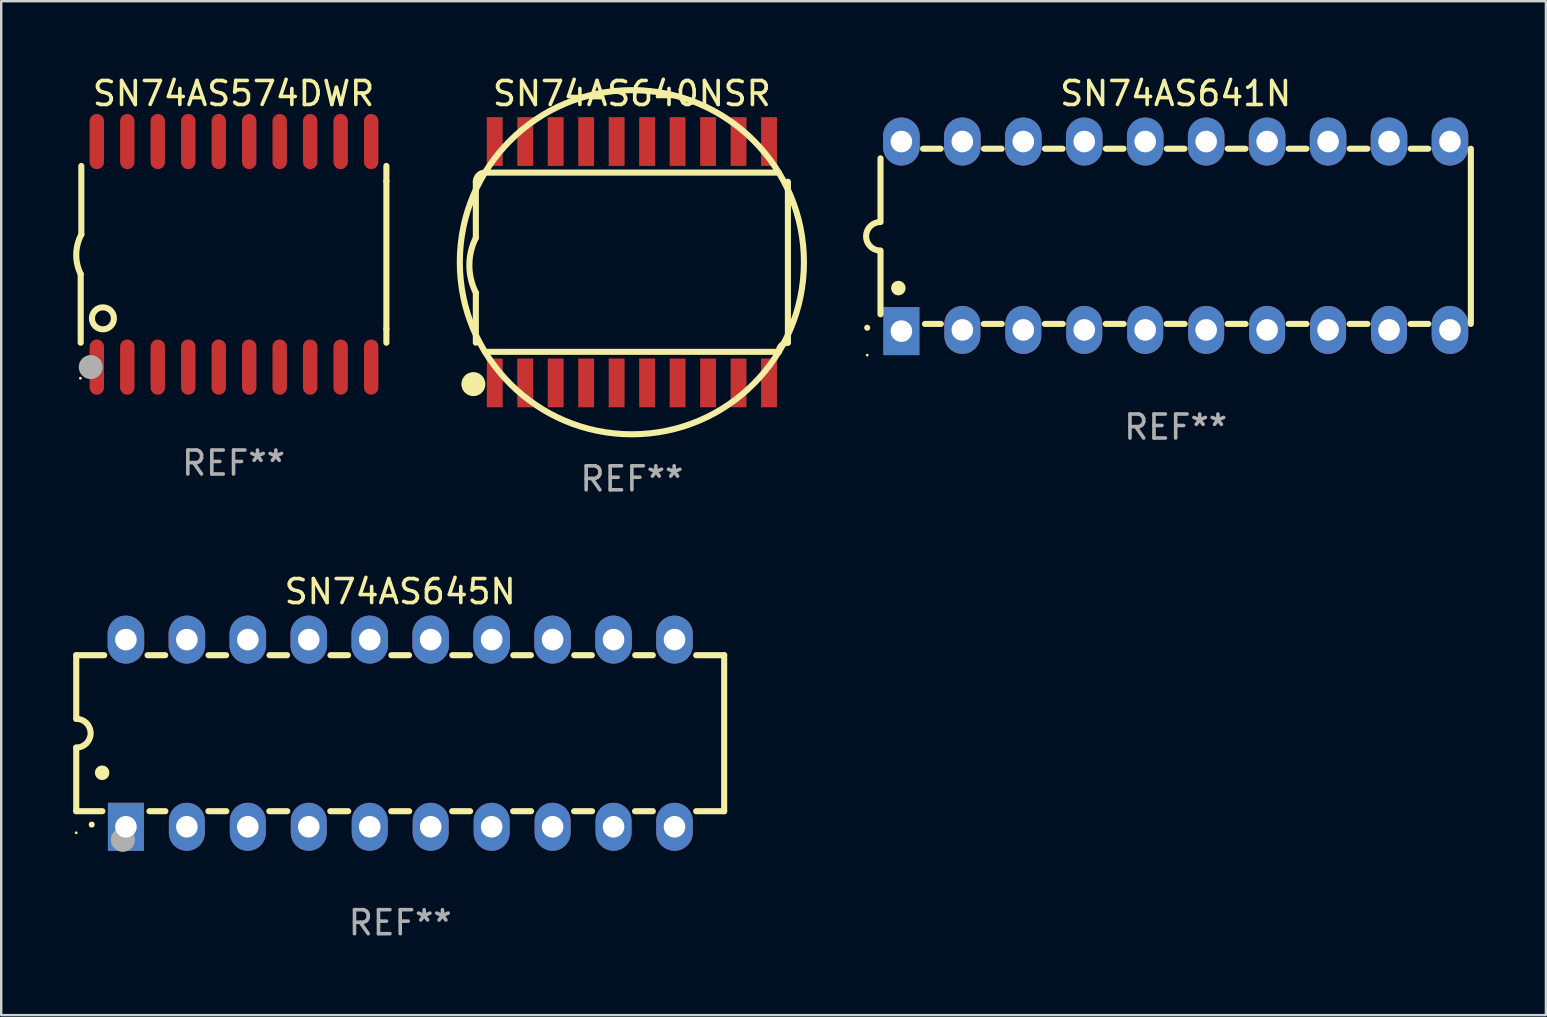
<source format=kicad_pcb>
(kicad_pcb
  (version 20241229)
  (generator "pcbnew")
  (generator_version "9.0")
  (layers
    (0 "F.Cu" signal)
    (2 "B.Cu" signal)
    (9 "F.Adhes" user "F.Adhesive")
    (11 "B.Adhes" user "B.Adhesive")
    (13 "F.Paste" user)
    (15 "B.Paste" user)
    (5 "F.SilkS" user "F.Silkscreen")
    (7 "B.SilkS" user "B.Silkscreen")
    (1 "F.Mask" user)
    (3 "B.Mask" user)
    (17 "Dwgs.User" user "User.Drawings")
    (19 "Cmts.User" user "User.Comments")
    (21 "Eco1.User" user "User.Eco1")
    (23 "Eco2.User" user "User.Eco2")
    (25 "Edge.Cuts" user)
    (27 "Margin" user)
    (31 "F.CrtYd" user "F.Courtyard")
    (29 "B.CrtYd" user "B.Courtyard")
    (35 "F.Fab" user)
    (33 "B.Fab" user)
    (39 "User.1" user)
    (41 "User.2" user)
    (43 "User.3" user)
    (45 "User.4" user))
  (footprint "SN74AS640NSR"
    (layer "F.Cu")
    (at 23.281 7.877)
    (property "Reference" "SN74AS640NSR" (at 0 -7.029 0) (layer "F.SilkS") (effects (font (size 1 1) (thickness 0.15))))
    (attr through_hole)
    (fp_line (start -6.502 -3.353) (end -6.502 -1.016) (stroke (width 0.254) (type solid)) (layer "F.SilkS"))
    (fp_line (start -6.502 3.353) (end -6.502 1.27) (stroke (width 0.254) (type solid)) (layer "F.SilkS"))
    (fp_line (start -6.121 3.734) (end 6.121 3.734) (stroke (width 0.254) (type solid)) (layer "F.SilkS"))
    (fp_line (start 6.121 -3.734) (end -6.121 -3.734) (stroke (width 0.254) (type solid)) (layer "F.SilkS"))
    (fp_line (start 6.502 3.353) (end 6.502 -3.353) (stroke (width 0.254) (type solid)) (layer "F.SilkS"))
    (fp_arc (start -6.502413 -3.352781) (mid -6.390821 -3.622189) (end -6.121413 -3.733782) (stroke (width 0.254001) (type solid)) (layer "F.SilkS"))
    (fp_arc (start -6.502413 1.270003) (mid -6.77224 0.127) (end -6.502413 -1.016002) (stroke (width 0.254001) (type solid)) (layer "F.SilkS"))
    (fp_arc (start 6.121387 -3.733782) (mid -6.121409 3.733804) (end 6.121387 -3.733782) (stroke (width 0.254001) (type solid)) (layer "F.SilkS"))
    (fp_arc (start 6.121387 3.733807) (mid 6.23298 3.464399) (end 6.502388 3.352807) (stroke (width 0.254001) (type solid)) (layer "F.SilkS"))
    (fp_circle (center -6.604 5.08) (end -6.354 5.08) (stroke (width 0.5) (type solid)) (fill no) (layer "F.SilkS"))
    (fp_circle (center -6.4 5.15) (end -6.3 5.15) (stroke (width 0.2) (type solid)) (fill no) (layer "F.SilkS"))
    (fp_text user "REF**" (at 0 9.029 0) (layer "F.Fab") (effects (font (size 1 1) (thickness 0.15))))
    (pad "1" smd rect (at -5.715 5.029) (size 0.66 2.032) (layers "F.Cu" "F.Mask" "F.Paste"))
    (pad "2" smd rect (at -4.445 5.029) (size 0.66 2.032) (layers "F.Cu" "F.Mask" "F.Paste"))
    (pad "3" smd rect (at -3.175 5.029) (size 0.66 2.032) (layers "F.Cu" "F.Mask" "F.Paste"))
    (pad "4" smd rect (at -1.905 5.029) (size 0.66 2.032) (layers "F.Cu" "F.Mask" "F.Paste"))
    (pad "5" smd rect (at -0.635 5.029) (size 0.66 2.032) (layers "F.Cu" "F.Mask" "F.Paste"))
    (pad "6" smd rect (at 0.635 5.029) (size 0.66 2.032) (layers "F.Cu" "F.Mask" "F.Paste"))
    (pad "7" smd rect (at 1.905 5.029) (size 0.66 2.032) (layers "F.Cu" "F.Mask" "F.Paste"))
    (pad "8" smd rect (at 3.175 5.029) (size 0.66 2.032) (layers "F.Cu" "F.Mask" "F.Paste"))
    (pad "9" smd rect (at 4.445 5.029) (size 0.66 2.032) (layers "F.Cu" "F.Mask" "F.Paste"))
    (pad "10" smd rect (at 5.715 5.029) (size 0.66 2.032) (layers "F.Cu" "F.Mask" "F.Paste"))
    (pad "11" smd rect (at 5.715 -5.029) (size 0.66 2.032) (layers "F.Cu" "F.Mask" "F.Paste"))
    (pad "12" smd rect (at 4.445 -5.029) (size 0.66 2.032) (layers "F.Cu" "F.Mask" "F.Paste"))
    (pad "13" smd rect (at 3.175 -5.029) (size 0.66 2.032) (layers "F.Cu" "F.Mask" "F.Paste"))
    (pad "14" smd rect (at 1.905 -5.029) (size 0.66 2.032) (layers "F.Cu" "F.Mask" "F.Paste"))
    (pad "15" smd rect (at 0.635 -5.029) (size 0.66 2.032) (layers "F.Cu" "F.Mask" "F.Paste"))
    (pad "16" smd rect (at -0.635 -5.029) (size 0.66 2.032) (layers "F.Cu" "F.Mask" "F.Paste"))
    (pad "17" smd rect (at -1.905 -5.029) (size 0.66 2.032) (layers "F.Cu" "F.Mask" "F.Paste"))
    (pad "18" smd rect (at -3.175 -5.029) (size 0.66 2.032) (layers "F.Cu" "F.Mask" "F.Paste"))
    (pad "19" smd rect (at -4.445 -5.029) (size 0.66 2.032) (layers "F.Cu" "F.Mask" "F.Paste"))
    (pad "20" smd rect (at -5.715 -5.029) (size 0.66 2.032) (layers "F.Cu" "F.Mask" "F.Paste")))
  (footprint "SN74AS641N"
    (layer "F.Cu")
    (at 45.942 6.798)
    (property "Reference" "SN74AS641N" (at 0 -5.95 0) (layer "F.SilkS") (effects (font (size 1 1) (thickness 0.15))))
    (attr through_hole)
    (fp_line (start -12.3 -0.6) (end -12.3 -3.25) (stroke (width 0.254) (type solid)) (layer "F.SilkS"))
    (fp_line (start -12.3 3.25) (end -12.3 0.6) (stroke (width 0.254) (type solid)) (layer "F.SilkS"))
    (fp_line (start -10.527 -3.65) (end -9.793 -3.65) (stroke (width 0.254) (type solid)) (layer "F.SilkS"))
    (fp_line (start -10.449 3.65) (end -9.786 3.65) (stroke (width 0.254) (type solid)) (layer "F.SilkS"))
    (fp_line (start -7.994 3.65) (end -7.246 3.65) (stroke (width 0.254) (type solid)) (layer "F.SilkS"))
    (fp_line (start -7.987 -3.65) (end -7.253 -3.65) (stroke (width 0.254) (type solid)) (layer "F.SilkS"))
    (fp_line (start -5.454 3.65) (end -4.706 3.65) (stroke (width 0.254) (type solid)) (layer "F.SilkS"))
    (fp_line (start -5.447 -3.65) (end -4.713 -3.65) (stroke (width 0.254) (type solid)) (layer "F.SilkS"))
    (fp_line (start -2.914 3.65) (end -2.166 3.65) (stroke (width 0.254) (type solid)) (layer "F.SilkS"))
    (fp_line (start -2.907 -3.65) (end -2.173 -3.65) (stroke (width 0.254) (type solid)) (layer "F.SilkS"))
    (fp_line (start -0.374 3.65) (end 0.374 3.65) (stroke (width 0.254) (type solid)) (layer "F.SilkS"))
    (fp_line (start -0.367 -3.65) (end 0.367 -3.65) (stroke (width 0.254) (type solid)) (layer "F.SilkS"))
    (fp_line (start 2.166 3.65) (end 2.914 3.65) (stroke (width 0.254) (type solid)) (layer "F.SilkS"))
    (fp_line (start 2.173 -3.65) (end 2.907 -3.65) (stroke (width 0.254) (type solid)) (layer "F.SilkS"))
    (fp_line (start 4.706 3.65) (end 5.454 3.65) (stroke (width 0.254) (type solid)) (layer "F.SilkS"))
    (fp_line (start 4.713 -3.65) (end 5.447 -3.65) (stroke (width 0.254) (type solid)) (layer "F.SilkS"))
    (fp_line (start 7.246 3.65) (end 7.994 3.65) (stroke (width 0.254) (type solid)) (layer "F.SilkS"))
    (fp_line (start 7.253 -3.65) (end 7.987 -3.65) (stroke (width 0.254) (type solid)) (layer "F.SilkS"))
    (fp_line (start 9.786 3.65) (end 10.527 3.65) (stroke (width 0.254) (type solid)) (layer "F.SilkS"))
    (fp_line (start 9.793 -3.65) (end 10.527 -3.65) (stroke (width 0.254) (type solid)) (layer "F.SilkS"))
    (fp_line (start 12.3 -3.65) (end 12.3 3.65) (stroke (width 0.254) (type solid)) (layer "F.SilkS"))
    (fp_arc (start -12.854966 3.809881) (mid -12.854973 3.808611) (end -12.854966 3.807341) (stroke (width 0.25) (type solid)) (layer "F.SilkS"))
    (fp_arc (start -12.313894 0.594742) (mid -12.903982 -0.000152) (end -12.313894 -0.595046) (stroke (width 0.254001) (type solid)) (layer "F.SilkS"))
    (fp_arc (start -11.557023 2.158877) (mid -11.557034 2.156337) (end -11.557023 2.153797) (stroke (width 0.6) (type solid)) (layer "F.SilkS"))
    (fp_circle (center -12.855 4.95) (end -12.825 4.95) (stroke (width 0.06) (type solid)) (fill no) (layer "F.SilkS"))
    (fp_text user "REF**" (at 0 7.95 0) (layer "F.Fab") (effects (font (size 1 1) (thickness 0.15))))
    (pad "1" thru_hole rect (at -11.43 3.95 90) (size 2 1.5) (drill 0.9) (layers "*.Cu" "*.Mask"))
    (pad "2" thru_hole oval (at -8.89 3.9 90) (size 2 1.5) (drill 0.9) (layers "*.Cu" "*.Mask"))
    (pad "3" thru_hole oval (at -6.35 3.9 90) (size 2 1.5) (drill 0.9) (layers "*.Cu" "*.Mask"))
    (pad "4" thru_hole oval (at -3.81 3.9 90) (size 2 1.5) (drill 0.9) (layers "*.Cu" "*.Mask"))
    (pad "5" thru_hole oval (at -1.27 3.9 90) (size 2 1.5) (drill 0.9) (layers "*.Cu" "*.Mask"))
    (pad "6" thru_hole oval (at 1.27 3.9 90) (size 2 1.5) (drill 0.9) (layers "*.Cu" "*.Mask"))
    (pad "7" thru_hole oval (at 3.81 3.9 90) (size 2 1.5) (drill 0.9) (layers "*.Cu" "*.Mask"))
    (pad "8" thru_hole oval (at 6.35 3.9 90) (size 2 1.5) (drill 0.9) (layers "*.Cu" "*.Mask"))
    (pad "9" thru_hole oval (at 8.89 3.9 90) (size 2 1.5) (drill 0.9) (layers "*.Cu" "*.Mask"))
    (pad "10" thru_hole oval (at 11.43 3.9 90) (size 2 1.524) (drill 0.9) (layers "*.Cu" "*.Mask"))
    (pad "11" thru_hole oval (at 11.43 -3.95 90) (size 2 1.524) (drill 0.9) (layers "*.Cu" "*.Mask"))
    (pad "12" thru_hole oval (at 8.89 -3.95 90) (size 2 1.524) (drill 0.9) (layers "*.Cu" "*.Mask"))
    (pad "13" thru_hole oval (at 6.35 -3.95 90) (size 2 1.524) (drill 0.9) (layers "*.Cu" "*.Mask"))
    (pad "14" thru_hole oval (at 3.81 -3.95 90) (size 2 1.524) (drill 0.9) (layers "*.Cu" "*.Mask"))
    (pad "15" thru_hole oval (at 1.27 -3.95 90) (size 2 1.524) (drill 0.9) (layers "*.Cu" "*.Mask"))
    (pad "16" thru_hole oval (at -1.27 -3.95 90) (size 2 1.524) (drill 0.9) (layers "*.Cu" "*.Mask"))
    (pad "17" thru_hole oval (at -3.81 -3.95 90) (size 2 1.524) (drill 0.9) (layers "*.Cu" "*.Mask"))
    (pad "18" thru_hole oval (at -6.35 -3.95 90) (size 2 1.524) (drill 0.9) (layers "*.Cu" "*.Mask"))
    (pad "19" thru_hole oval (at -8.89 -3.95 90) (size 2 1.524) (drill 0.9) (layers "*.Cu" "*.Mask"))
    (pad "20" thru_hole oval (at -11.43 -3.95 90) (size 2 1.524) (drill 0.9) (layers "*.Cu" "*.Mask")))
  (footprint "SN74AS574DWR"
    (layer "F.Cu")
    (at 6.682 7.548)
    (property "Reference" "SN74AS574DWR" (at 0 -6.7 0) (layer "F.SilkS") (effects (font (size 1 1) (thickness 0.15))))
    (attr through_hole)
    (fp_line (start -6.369 0.826) (end -6.369 3.683) (stroke (width 0.254) (type solid)) (layer "F.SilkS"))
    (fp_line (start -6.343 -0.825) (end -6.343 -3.683) (stroke (width 0.254) (type solid)) (layer "F.SilkS"))
    (fp_line (start 6.369 -3.048) (end 6.369 -3.683) (stroke (width 0.254) (type solid)) (layer "F.SilkS"))
    (fp_line (start 6.369 -3.048) (end 6.369 3.096) (stroke (width 0.254) (type solid)) (layer "F.SilkS"))
    (fp_line (start 6.369 3.096) (end 6.369 3.683) (stroke (width 0.254) (type solid)) (layer "F.SilkS"))
    (fp_arc (start -6.36853 0.825552) (mid -6.554743 -0.00301) (end -6.343129 -0.825451) (stroke (width 0.254001) (type solid)) (layer "F.SilkS"))
    (fp_circle (center -6.382 5.163) (end -6.352 5.163) (stroke (width 0.06) (type solid)) (fill no) (layer "F.SilkS"))
    (fp_circle (center -5.443 2.667) (end -4.985 2.667) (stroke (width 0.254) (type solid)) (fill no) (layer "F.SilkS"))
    (fp_circle (center -5.951 4.699) (end -5.701 4.699) (stroke (width 0.5) (type solid)) (fill no) (layer "F.Fab"))
    (fp_text user "REF**" (at 0 8.7 0) (layer "F.Fab") (effects (font (size 1 1) (thickness 0.15))))
    (pad "1" smd oval (at -5.697 4.7 180) (size 0.6 2.3) (layers "F.Cu" "F.Mask" "F.Paste"))
    (pad "2" smd oval (at -4.427 4.7 180) (size 0.6 2.3) (layers "F.Cu" "F.Mask" "F.Paste"))
    (pad "3" smd oval (at -3.157 4.7 180) (size 0.6 2.3) (layers "F.Cu" "F.Mask" "F.Paste"))
    (pad "4" smd oval (at -1.887 4.7 180) (size 0.6 2.3) (layers "F.Cu" "F.Mask" "F.Paste"))
    (pad "5" smd oval (at -0.617 4.7 180) (size 0.6 2.3) (layers "F.Cu" "F.Mask" "F.Paste"))
    (pad "6" smd oval (at 0.653 4.7 180) (size 0.6 2.3) (layers "F.Cu" "F.Mask" "F.Paste"))
    (pad "7" smd oval (at 1.923 4.7 180) (size 0.6 2.3) (layers "F.Cu" "F.Mask" "F.Paste"))
    (pad "8" smd oval (at 3.193 4.7 180) (size 0.6 2.3) (layers "F.Cu" "F.Mask" "F.Paste"))
    (pad "9" smd oval (at 4.463 4.7 180) (size 0.6 2.3) (layers "F.Cu" "F.Mask" "F.Paste"))
    (pad "10" smd oval (at 5.734 4.7 180) (size 0.6 2.3) (layers "F.Cu" "F.Mask" "F.Paste"))
    (pad "11" smd oval (at 5.734 -4.7 180) (size 0.6 2.3) (layers "F.Cu" "F.Mask" "F.Paste"))
    (pad "12" smd oval (at 4.463 -4.7 180) (size 0.6 2.3) (layers "F.Cu" "F.Mask" "F.Paste"))
    (pad "13" smd oval (at 3.193 -4.7 180) (size 0.6 2.3) (layers "F.Cu" "F.Mask" "F.Paste"))
    (pad "14" smd oval (at 1.923 -4.7 180) (size 0.6 2.3) (layers "F.Cu" "F.Mask" "F.Paste"))
    (pad "15" smd oval (at 0.653 -4.7 180) (size 0.6 2.3) (layers "F.Cu" "F.Mask" "F.Paste"))
    (pad "16" smd oval (at -0.617 -4.7 180) (size 0.6 2.3) (layers "F.Cu" "F.Mask" "F.Paste"))
    (pad "17" smd oval (at -1.887 -4.7 180) (size 0.6 2.3) (layers "F.Cu" "F.Mask" "F.Paste"))
    (pad "18" smd oval (at -3.157 -4.7 180) (size 0.6 2.3) (layers "F.Cu" "F.Mask" "F.Paste"))
    (pad "19" smd oval (at -4.427 -4.7 180) (size 0.6 2.3) (layers "F.Cu" "F.Mask" "F.Paste"))
    (pad "20" smd oval (at -5.697 -4.7 180) (size 0.6 2.3) (layers "F.Cu" "F.Mask" "F.Paste")))
  (footprint "SN74AS645N"
    (layer "F.Cu")
    (at 13.627 27.503)
    (property "Reference" "SN74AS645N" (at 0 -5.9 0) (layer "F.SilkS") (effects (font (size 1 1) (thickness 0.15))))
    (attr through_hole)
    (fp_line (start -13.5 -3.25) (end -12.333 -3.25) (stroke (width 0.254) (type solid)) (layer "F.SilkS"))
    (fp_line (start -13.5 -0.6) (end -13.5 -3.25) (stroke (width 0.254) (type solid)) (layer "F.SilkS"))
    (fp_line (start -13.5 3.25) (end -13.5 0.6) (stroke (width 0.254) (type solid)) (layer "F.SilkS"))
    (fp_line (start -13.5 3.25) (end -12.411 3.25) (stroke (width 0.254) (type solid)) (layer "F.SilkS"))
    (fp_line (start -10.527 -3.25) (end -9.793 -3.25) (stroke (width 0.254) (type solid)) (layer "F.SilkS"))
    (fp_line (start -10.449 3.25) (end -9.786 3.25) (stroke (width 0.254) (type solid)) (layer "F.SilkS"))
    (fp_line (start -7.994 3.25) (end -7.246 3.25) (stroke (width 0.254) (type solid)) (layer "F.SilkS"))
    (fp_line (start -7.987 -3.25) (end -7.253 -3.25) (stroke (width 0.254) (type solid)) (layer "F.SilkS"))
    (fp_line (start -5.454 3.25) (end -4.706 3.25) (stroke (width 0.254) (type solid)) (layer "F.SilkS"))
    (fp_line (start -5.447 -3.25) (end -4.713 -3.25) (stroke (width 0.254) (type solid)) (layer "F.SilkS"))
    (fp_line (start -2.914 3.25) (end -2.166 3.25) (stroke (width 0.254) (type solid)) (layer "F.SilkS"))
    (fp_line (start -2.907 -3.25) (end -2.173 -3.25) (stroke (width 0.254) (type solid)) (layer "F.SilkS"))
    (fp_line (start -0.374 3.25) (end 0.374 3.25) (stroke (width 0.254) (type solid)) (layer "F.SilkS"))
    (fp_line (start -0.367 -3.25) (end 0.367 -3.25) (stroke (width 0.254) (type solid)) (layer "F.SilkS"))
    (fp_line (start 2.166 3.25) (end 2.914 3.25) (stroke (width 0.254) (type solid)) (layer "F.SilkS"))
    (fp_line (start 2.173 -3.25) (end 2.907 -3.25) (stroke (width 0.254) (type solid)) (layer "F.SilkS"))
    (fp_line (start 4.706 3.25) (end 5.454 3.25) (stroke (width 0.254) (type solid)) (layer "F.SilkS"))
    (fp_line (start 4.713 -3.25) (end 5.447 -3.25) (stroke (width 0.254) (type solid)) (layer "F.SilkS"))
    (fp_line (start 7.246 3.25) (end 7.994 3.25) (stroke (width 0.254) (type solid)) (layer "F.SilkS"))
    (fp_line (start 7.253 -3.25) (end 7.987 -3.25) (stroke (width 0.254) (type solid)) (layer "F.SilkS"))
    (fp_line (start 9.786 3.25) (end 10.527 3.25) (stroke (width 0.254) (type solid)) (layer "F.SilkS"))
    (fp_line (start 9.793 -3.25) (end 10.527 -3.25) (stroke (width 0.254) (type solid)) (layer "F.SilkS"))
    (fp_line (start 12.333 -3.25) (end 13.5 -3.25) (stroke (width 0.254) (type solid)) (layer "F.SilkS"))
    (fp_line (start 12.333 3.25) (end 13.5 3.25) (stroke (width 0.254) (type solid)) (layer "F.SilkS"))
    (fp_line (start 13.5 -3.25) (end 13.5 3.25) (stroke (width 0.254) (type solid)) (layer "F.SilkS"))
    (fp_arc (start -13.500127 -0.599442) (mid -12.900406 0.000228) (end -13.500025 0.6) (stroke (width 0.254001) (type solid)) (layer "F.SilkS"))
    (fp_arc (start -12.854966 3.810008) (mid -12.854973 3.808738) (end -12.854966 3.807468) (stroke (width 0.25) (type solid)) (layer "F.SilkS"))
    (fp_arc (start -12.420625 1.651003) (mid -12.420636 1.648463) (end -12.420625 1.645923) (stroke (width 0.6) (type solid)) (layer "F.SilkS"))
    (fp_circle (center -13.5 4.15) (end -13.47 4.15) (stroke (width 0.06) (type solid)) (fill no) (layer "F.SilkS"))
    (fp_circle (center -11.557 4.445) (end -11.307 4.445) (stroke (width 0.5) (type solid)) (fill no) (layer "F.Fab"))
    (fp_text user "REF**" (at 0 7.9 0) (layer "F.Fab") (effects (font (size 1 1) (thickness 0.15))))
    (pad "1" thru_hole rect (at -11.43 3.9 90) (size 2 1.5) (drill 0.9) (layers "*.Cu" "*.Mask"))
    (pad "2" thru_hole oval (at -8.89 3.9 90) (size 2 1.5) (drill 0.9) (layers "*.Cu" "*.Mask"))
    (pad "3" thru_hole oval (at -6.35 3.9 90) (size 2 1.5) (drill 0.9) (layers "*.Cu" "*.Mask"))
    (pad "4" thru_hole oval (at -3.81 3.9 90) (size 2 1.5) (drill 0.9) (layers "*.Cu" "*.Mask"))
    (pad "5" thru_hole oval (at -1.27 3.9 90) (size 2 1.5) (drill 0.9) (layers "*.Cu" "*.Mask"))
    (pad "6" thru_hole oval (at 1.27 3.9 90) (size 2 1.5) (drill 0.9) (layers "*.Cu" "*.Mask"))
    (pad "7" thru_hole oval (at 3.81 3.9 90) (size 2 1.5) (drill 0.9) (layers "*.Cu" "*.Mask"))
    (pad "8" thru_hole oval (at 6.35 3.9 90) (size 2 1.5) (drill 0.9) (layers "*.Cu" "*.Mask"))
    (pad "9" thru_hole oval (at 8.89 3.9 90) (size 2 1.5) (drill 0.9) (layers "*.Cu" "*.Mask"))
    (pad "10" thru_hole oval (at 11.43 3.9 90) (size 2 1.524) (drill 0.9) (layers "*.Cu" "*.Mask"))
    (pad "11" thru_hole oval (at 11.43 -3.9 90) (size 2 1.524) (drill 0.9) (layers "*.Cu" "*.Mask"))
    (pad "12" thru_hole oval (at 8.89 -3.9 90) (size 2 1.524) (drill 0.9) (layers "*.Cu" "*.Mask"))
    (pad "13" thru_hole oval (at 6.35 -3.9 90) (size 2 1.524) (drill 0.9) (layers "*.Cu" "*.Mask"))
    (pad "14" thru_hole oval (at 3.81 -3.9 90) (size 2 1.524) (drill 0.9) (layers "*.Cu" "*.Mask"))
    (pad "15" thru_hole oval (at 1.27 -3.9 90) (size 2 1.524) (drill 0.9) (layers "*.Cu" "*.Mask"))
    (pad "16" thru_hole oval (at -1.27 -3.9 90) (size 2 1.524) (drill 0.9) (layers "*.Cu" "*.Mask"))
    (pad "17" thru_hole oval (at -3.81 -3.9 90) (size 2 1.524) (drill 0.9) (layers "*.Cu" "*.Mask"))
    (pad "18" thru_hole oval (at -6.35 -3.9 90) (size 2 1.524) (drill 0.9) (layers "*.Cu" "*.Mask"))
    (pad "19" thru_hole oval (at -8.89 -3.9 90) (size 2 1.524) (drill 0.9) (layers "*.Cu" "*.Mask"))
    (pad "20" thru_hole oval (at -11.43 -3.9 90) (size 2 1.524) (drill 0.9) (layers "*.Cu" "*.Mask")))
  (gr_rect
    (start -3 -3)
    (end 61.369 39.251)
    (stroke (width 0.1) (type default))
    (fill no)
    (layer "Edge.Cuts")))
</source>
